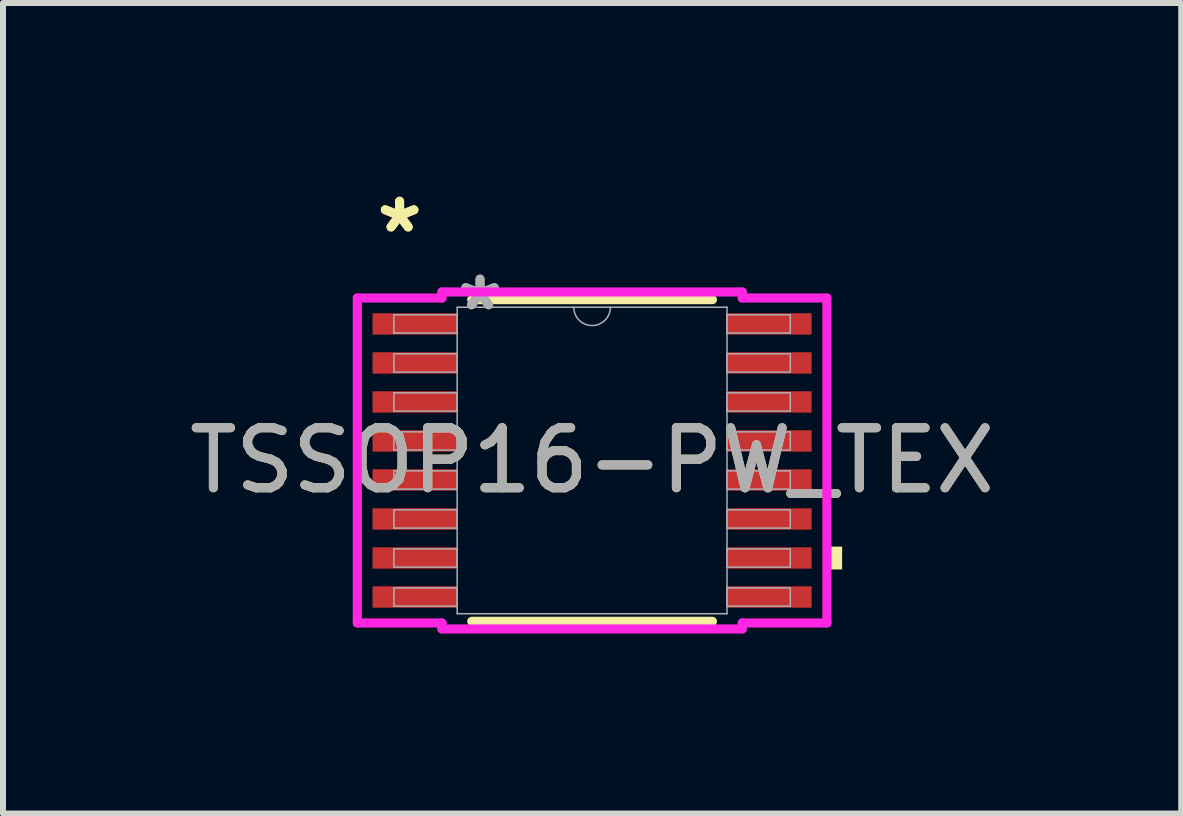
<source format=kicad_pcb>
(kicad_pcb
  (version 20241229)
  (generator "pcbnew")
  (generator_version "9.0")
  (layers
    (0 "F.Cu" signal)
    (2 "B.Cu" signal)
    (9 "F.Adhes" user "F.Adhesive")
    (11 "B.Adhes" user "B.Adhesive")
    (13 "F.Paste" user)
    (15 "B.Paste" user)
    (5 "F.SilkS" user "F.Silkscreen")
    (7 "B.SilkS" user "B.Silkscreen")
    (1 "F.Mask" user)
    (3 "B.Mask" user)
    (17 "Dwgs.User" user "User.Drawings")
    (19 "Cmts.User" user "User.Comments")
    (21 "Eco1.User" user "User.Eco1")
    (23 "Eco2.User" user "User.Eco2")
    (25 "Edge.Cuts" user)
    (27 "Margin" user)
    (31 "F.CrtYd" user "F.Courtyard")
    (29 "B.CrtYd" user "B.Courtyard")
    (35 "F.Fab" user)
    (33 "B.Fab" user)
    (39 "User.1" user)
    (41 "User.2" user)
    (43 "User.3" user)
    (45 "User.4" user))
  (footprint "TSSOP16-PW_TEX"
    (layer "F.Cu")
    (at 6.815 4.622)
    (property "Reference" "TSSOP16-PW_TEX" (at 0 0 0) (unlocked yes) (layer "F.SilkS") (effects (font (size 1 1) (thickness 0.15))))
    (attr smd)
    (fp_line (start -2.005 2.68) (end 2.005 2.68) (stroke (width 0.152) (type solid)) (layer "F.SilkS"))
    (fp_line (start 2.005 -2.68) (end -2.005 -2.68) (stroke (width 0.152) (type solid)) (layer "F.SilkS"))
    (fp_poly (pts (xy 4.166 1.435) (xy 4.166 1.816) (xy 3.912 1.816) (xy 3.912 1.435)) (stroke (width 0) (type solid)) (fill yes) (layer "F.SilkS"))
    (fp_line (start -3.912 -2.707) (end -2.502 -2.707) (stroke (width 0.152) (type solid)) (layer "F.CrtYd"))
    (fp_line (start -3.912 2.707) (end -3.912 -2.707) (stroke (width 0.152) (type solid)) (layer "F.CrtYd"))
    (fp_line (start -3.912 2.707) (end -2.502 2.707) (stroke (width 0.152) (type solid)) (layer "F.CrtYd"))
    (fp_line (start -2.502 -2.807) (end 2.502 -2.807) (stroke (width 0.152) (type solid)) (layer "F.CrtYd"))
    (fp_line (start -2.502 -2.707) (end -2.502 -2.807) (stroke (width 0.152) (type solid)) (layer "F.CrtYd"))
    (fp_line (start -2.502 2.807) (end -2.502 2.707) (stroke (width 0.152) (type solid)) (layer "F.CrtYd"))
    (fp_line (start 2.502 -2.807) (end 2.502 -2.707) (stroke (width 0.152) (type solid)) (layer "F.CrtYd"))
    (fp_line (start 2.502 2.707) (end 2.502 2.807) (stroke (width 0.152) (type solid)) (layer "F.CrtYd"))
    (fp_line (start 2.502 2.807) (end -2.502 2.807) (stroke (width 0.152) (type solid)) (layer "F.CrtYd"))
    (fp_line (start 3.912 -2.707) (end 2.502 -2.707) (stroke (width 0.152) (type solid)) (layer "F.CrtYd"))
    (fp_line (start 3.912 -2.707) (end 3.912 2.707) (stroke (width 0.152) (type solid)) (layer "F.CrtYd"))
    (fp_line (start 3.912 2.707) (end 2.502 2.707) (stroke (width 0.152) (type solid)) (layer "F.CrtYd"))
    (fp_line (start -3.302 -2.427) (end -3.302 -2.123) (stroke (width 0.025) (type solid)) (layer "F.Fab"))
    (fp_line (start -3.302 -2.123) (end -2.248 -2.123) (stroke (width 0.025) (type solid)) (layer "F.Fab"))
    (fp_line (start -3.302 -1.777) (end -3.302 -1.473) (stroke (width 0.025) (type solid)) (layer "F.Fab"))
    (fp_line (start -3.302 -1.473) (end -2.248 -1.473) (stroke (width 0.025) (type solid)) (layer "F.Fab"))
    (fp_line (start -3.302 -1.127) (end -3.302 -0.823) (stroke (width 0.025) (type solid)) (layer "F.Fab"))
    (fp_line (start -3.302 -0.823) (end -2.248 -0.823) (stroke (width 0.025) (type solid)) (layer "F.Fab"))
    (fp_line (start -3.302 -0.477) (end -3.302 -0.173) (stroke (width 0.025) (type solid)) (layer "F.Fab"))
    (fp_line (start -3.302 -0.173) (end -2.248 -0.173) (stroke (width 0.025) (type solid)) (layer "F.Fab"))
    (fp_line (start -3.302 0.173) (end -3.302 0.477) (stroke (width 0.025) (type solid)) (layer "F.Fab"))
    (fp_line (start -3.302 0.477) (end -2.248 0.477) (stroke (width 0.025) (type solid)) (layer "F.Fab"))
    (fp_line (start -3.302 0.823) (end -3.302 1.127) (stroke (width 0.025) (type solid)) (layer "F.Fab"))
    (fp_line (start -3.302 1.127) (end -2.248 1.127) (stroke (width 0.025) (type solid)) (layer "F.Fab"))
    (fp_line (start -3.302 1.473) (end -3.302 1.777) (stroke (width 0.025) (type solid)) (layer "F.Fab"))
    (fp_line (start -3.302 1.777) (end -2.248 1.777) (stroke (width 0.025) (type solid)) (layer "F.Fab"))
    (fp_line (start -3.302 2.123) (end -3.302 2.427) (stroke (width 0.025) (type solid)) (layer "F.Fab"))
    (fp_line (start -3.302 2.427) (end -2.248 2.427) (stroke (width 0.025) (type solid)) (layer "F.Fab"))
    (fp_line (start -2.248 -2.553) (end -2.248 2.553) (stroke (width 0.025) (type solid)) (layer "F.Fab"))
    (fp_line (start -2.248 -2.427) (end -3.302 -2.427) (stroke (width 0.025) (type solid)) (layer "F.Fab"))
    (fp_line (start -2.248 -2.123) (end -2.248 -2.427) (stroke (width 0.025) (type solid)) (layer "F.Fab"))
    (fp_line (start -2.248 -1.777) (end -3.302 -1.777) (stroke (width 0.025) (type solid)) (layer "F.Fab"))
    (fp_line (start -2.248 -1.473) (end -2.248 -1.777) (stroke (width 0.025) (type solid)) (layer "F.Fab"))
    (fp_line (start -2.248 -1.127) (end -3.302 -1.127) (stroke (width 0.025) (type solid)) (layer "F.Fab"))
    (fp_line (start -2.248 -0.823) (end -2.248 -1.127) (stroke (width 0.025) (type solid)) (layer "F.Fab"))
    (fp_line (start -2.248 -0.477) (end -3.302 -0.477) (stroke (width 0.025) (type solid)) (layer "F.Fab"))
    (fp_line (start -2.248 -0.173) (end -2.248 -0.477) (stroke (width 0.025) (type solid)) (layer "F.Fab"))
    (fp_line (start -2.248 0.173) (end -3.302 0.173) (stroke (width 0.025) (type solid)) (layer "F.Fab"))
    (fp_line (start -2.248 0.477) (end -2.248 0.173) (stroke (width 0.025) (type solid)) (layer "F.Fab"))
    (fp_line (start -2.248 0.823) (end -3.302 0.823) (stroke (width 0.025) (type solid)) (layer "F.Fab"))
    (fp_line (start -2.248 1.127) (end -2.248 0.823) (stroke (width 0.025) (type solid)) (layer "F.Fab"))
    (fp_line (start -2.248 1.473) (end -3.302 1.473) (stroke (width 0.025) (type solid)) (layer "F.Fab"))
    (fp_line (start -2.248 1.777) (end -2.248 1.473) (stroke (width 0.025) (type solid)) (layer "F.Fab"))
    (fp_line (start -2.248 2.123) (end -3.302 2.123) (stroke (width 0.025) (type solid)) (layer "F.Fab"))
    (fp_line (start -2.248 2.427) (end -2.248 2.123) (stroke (width 0.025) (type solid)) (layer "F.Fab"))
    (fp_line (start -2.248 2.553) (end 2.248 2.553) (stroke (width 0.025) (type solid)) (layer "F.Fab"))
    (fp_line (start 2.248 -2.553) (end -2.248 -2.553) (stroke (width 0.025) (type solid)) (layer "F.Fab"))
    (fp_line (start 2.248 -2.427) (end 2.248 -2.123) (stroke (width 0.025) (type solid)) (layer "F.Fab"))
    (fp_line (start 2.248 -2.123) (end 3.302 -2.123) (stroke (width 0.025) (type solid)) (layer "F.Fab"))
    (fp_line (start 2.248 -1.777) (end 2.248 -1.473) (stroke (width 0.025) (type solid)) (layer "F.Fab"))
    (fp_line (start 2.248 -1.473) (end 3.302 -1.473) (stroke (width 0.025) (type solid)) (layer "F.Fab"))
    (fp_line (start 2.248 -1.127) (end 2.248 -0.823) (stroke (width 0.025) (type solid)) (layer "F.Fab"))
    (fp_line (start 2.248 -0.823) (end 3.302 -0.823) (stroke (width 0.025) (type solid)) (layer "F.Fab"))
    (fp_line (start 2.248 -0.477) (end 2.248 -0.173) (stroke (width 0.025) (type solid)) (layer "F.Fab"))
    (fp_line (start 2.248 -0.173) (end 3.302 -0.173) (stroke (width 0.025) (type solid)) (layer "F.Fab"))
    (fp_line (start 2.248 0.173) (end 2.248 0.477) (stroke (width 0.025) (type solid)) (layer "F.Fab"))
    (fp_line (start 2.248 0.477) (end 3.302 0.477) (stroke (width 0.025) (type solid)) (layer "F.Fab"))
    (fp_line (start 2.248 0.823) (end 2.248 1.127) (stroke (width 0.025) (type solid)) (layer "F.Fab"))
    (fp_line (start 2.248 1.127) (end 3.302 1.127) (stroke (width 0.025) (type solid)) (layer "F.Fab"))
    (fp_line (start 2.248 1.473) (end 2.248 1.777) (stroke (width 0.025) (type solid)) (layer "F.Fab"))
    (fp_line (start 2.248 1.777) (end 3.302 1.777) (stroke (width 0.025) (type solid)) (layer "F.Fab"))
    (fp_line (start 2.248 2.123) (end 2.248 2.427) (stroke (width 0.025) (type solid)) (layer "F.Fab"))
    (fp_line (start 2.248 2.427) (end 3.302 2.427) (stroke (width 0.025) (type solid)) (layer "F.Fab"))
    (fp_line (start 2.248 2.553) (end 2.248 -2.553) (stroke (width 0.025) (type solid)) (layer "F.Fab"))
    (fp_line (start 3.302 -2.427) (end 2.248 -2.427) (stroke (width 0.025) (type solid)) (layer "F.Fab"))
    (fp_line (start 3.302 -2.123) (end 3.302 -2.427) (stroke (width 0.025) (type solid)) (layer "F.Fab"))
    (fp_line (start 3.302 -1.777) (end 2.248 -1.777) (stroke (width 0.025) (type solid)) (layer "F.Fab"))
    (fp_line (start 3.302 -1.473) (end 3.302 -1.777) (stroke (width 0.025) (type solid)) (layer "F.Fab"))
    (fp_line (start 3.302 -1.127) (end 2.248 -1.127) (stroke (width 0.025) (type solid)) (layer "F.Fab"))
    (fp_line (start 3.302 -0.823) (end 3.302 -1.127) (stroke (width 0.025) (type solid)) (layer "F.Fab"))
    (fp_line (start 3.302 -0.477) (end 2.248 -0.477) (stroke (width 0.025) (type solid)) (layer "F.Fab"))
    (fp_line (start 3.302 -0.173) (end 3.302 -0.477) (stroke (width 0.025) (type solid)) (layer "F.Fab"))
    (fp_line (start 3.302 0.173) (end 2.248 0.173) (stroke (width 0.025) (type solid)) (layer "F.Fab"))
    (fp_line (start 3.302 0.477) (end 3.302 0.173) (stroke (width 0.025) (type solid)) (layer "F.Fab"))
    (fp_line (start 3.302 0.823) (end 2.248 0.823) (stroke (width 0.025) (type solid)) (layer "F.Fab"))
    (fp_line (start 3.302 1.127) (end 3.302 0.823) (stroke (width 0.025) (type solid)) (layer "F.Fab"))
    (fp_line (start 3.302 1.473) (end 2.248 1.473) (stroke (width 0.025) (type solid)) (layer "F.Fab"))
    (fp_line (start 3.302 1.777) (end 3.302 1.473) (stroke (width 0.025) (type solid)) (layer "F.Fab"))
    (fp_line (start 3.302 2.123) (end 2.248 2.123) (stroke (width 0.025) (type solid)) (layer "F.Fab"))
    (fp_line (start 3.302 2.427) (end 3.302 2.123) (stroke (width 0.025) (type solid)) (layer "F.Fab"))
    (fp_arc (start 0.3048 -2.5527) (mid 0 -2.2479) (end -0.3048 -2.5527) (stroke (width 0.0254) (type solid)) (layer "F.Fab"))
    (fp_text user "*" (at -3.207 -3.774 0) (layer "F.SilkS") (effects (font (size 1 1) (thickness 0.15))))
    (fp_text user "*" (at -3.207 -3.774 0) (unlocked yes) (layer "F.SilkS") (effects (font (size 1 1) (thickness 0.15))))
    (fp_text user "*" (at -1.867 -2.477 0) (unlocked yes) (layer "F.Fab") (effects (font (size 1 1) (thickness 0.15))))
    (fp_text user "${REFERENCE}" (at 0 0 0) (unlocked yes) (layer "F.Fab") (effects (font (size 1 1) (thickness 0.15))))
    (fp_text user "*" (at -1.867 -2.477 0) (layer "F.Fab") (effects (font (size 1 1) (thickness 0.15))))
    (pad "1" smd rect (at -2.953 -2.275) (size 1.41 0.356) (layers "F.Cu" "F.Mask" "F.Paste"))
    (pad "2" smd rect (at -2.953 -1.625) (size 1.41 0.356) (layers "F.Cu" "F.Mask" "F.Paste"))
    (pad "3" smd rect (at -2.953 -0.975) (size 1.41 0.356) (layers "F.Cu" "F.Mask" "F.Paste"))
    (pad "4" smd rect (at -2.953 -0.325) (size 1.41 0.356) (layers "F.Cu" "F.Mask" "F.Paste"))
    (pad "5" smd rect (at -2.953 0.325) (size 1.41 0.356) (layers "F.Cu" "F.Mask" "F.Paste"))
    (pad "6" smd rect (at -2.953 0.975) (size 1.41 0.356) (layers "F.Cu" "F.Mask" "F.Paste"))
    (pad "7" smd rect (at -2.953 1.625) (size 1.41 0.356) (layers "F.Cu" "F.Mask" "F.Paste"))
    (pad "8" smd rect (at -2.953 2.275) (size 1.41 0.356) (layers "F.Cu" "F.Mask" "F.Paste"))
    (pad "9" smd rect (at 2.953 2.275) (size 1.41 0.356) (layers "F.Cu" "F.Mask" "F.Paste"))
    (pad "10" smd rect (at 2.953 1.625) (size 1.41 0.356) (layers "F.Cu" "F.Mask" "F.Paste"))
    (pad "11" smd rect (at 2.953 0.975) (size 1.41 0.356) (layers "F.Cu" "F.Mask" "F.Paste"))
    (pad "12" smd rect (at 2.953 0.325) (size 1.41 0.356) (layers "F.Cu" "F.Mask" "F.Paste"))
    (pad "13" smd rect (at 2.953 -0.325) (size 1.41 0.356) (layers "F.Cu" "F.Mask" "F.Paste"))
    (pad "14" smd rect (at 2.953 -0.975) (size 1.41 0.356) (layers "F.Cu" "F.Mask" "F.Paste"))
    (pad "15" smd rect (at 2.953 -1.625) (size 1.41 0.356) (layers "F.Cu" "F.Mask" "F.Paste"))
    (pad "16" smd rect (at 2.953 -2.275) (size 1.41 0.356) (layers "F.Cu" "F.Mask" "F.Paste")))
  (gr_rect
    (start -3 -3)
    (end 16.631 10.505)
    (stroke (width 0.1) (type default))
    (fill no)
    (layer "Edge.Cuts")))
</source>
